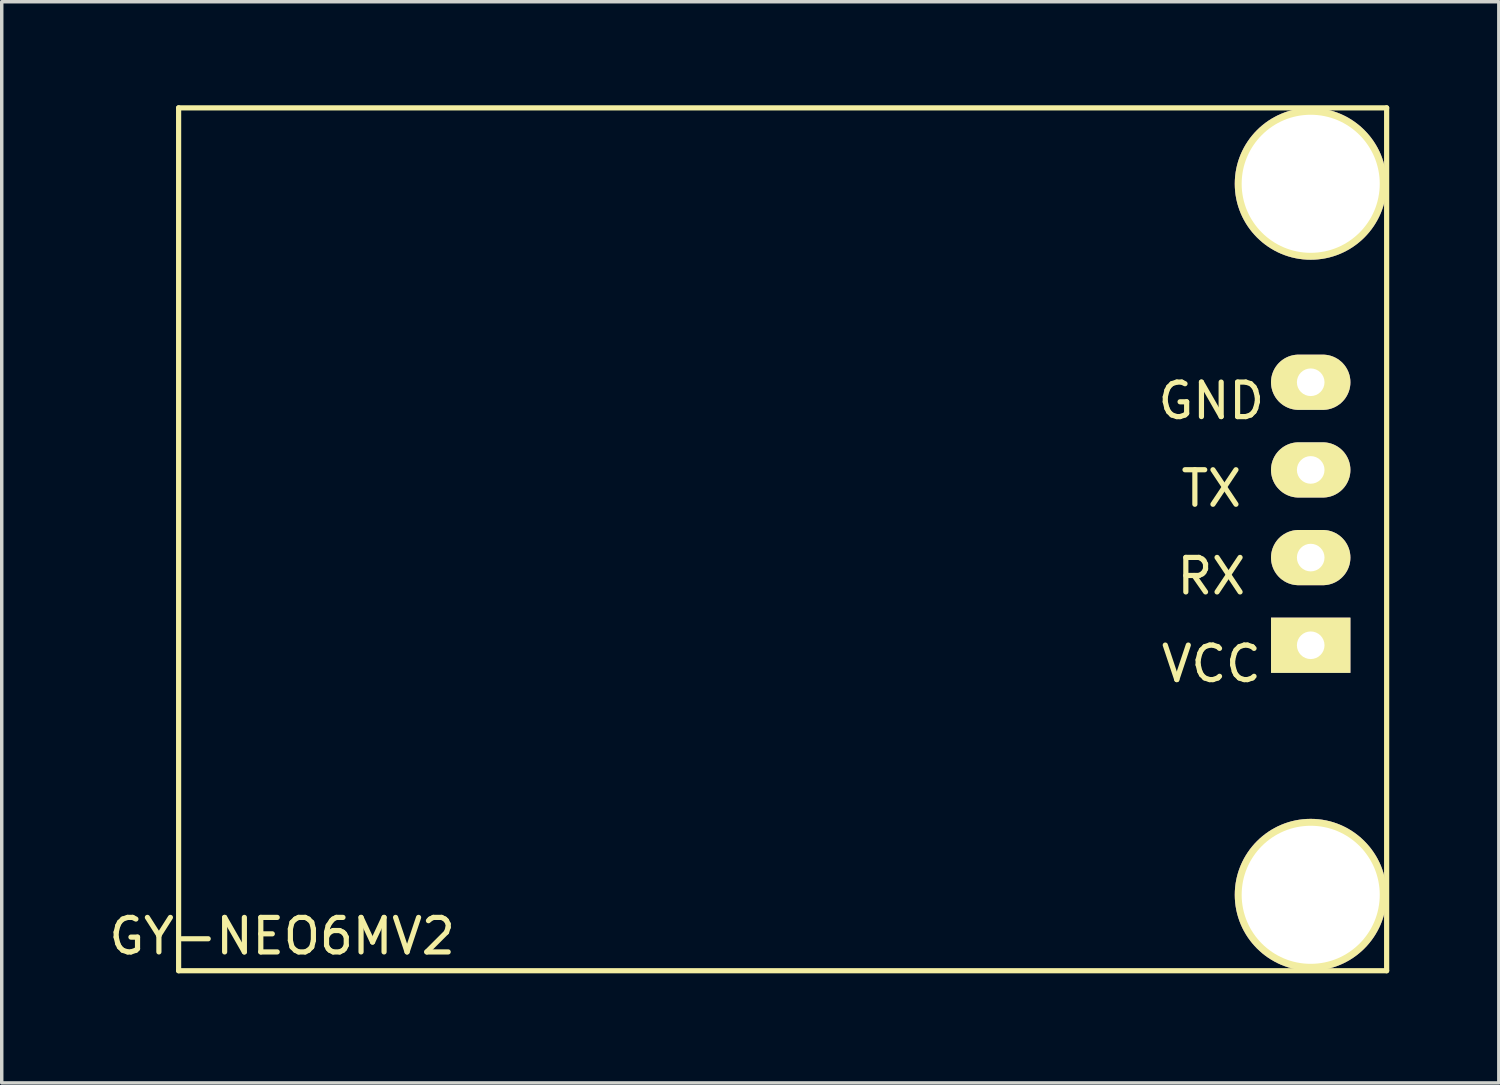
<source format=kicad_pcb>
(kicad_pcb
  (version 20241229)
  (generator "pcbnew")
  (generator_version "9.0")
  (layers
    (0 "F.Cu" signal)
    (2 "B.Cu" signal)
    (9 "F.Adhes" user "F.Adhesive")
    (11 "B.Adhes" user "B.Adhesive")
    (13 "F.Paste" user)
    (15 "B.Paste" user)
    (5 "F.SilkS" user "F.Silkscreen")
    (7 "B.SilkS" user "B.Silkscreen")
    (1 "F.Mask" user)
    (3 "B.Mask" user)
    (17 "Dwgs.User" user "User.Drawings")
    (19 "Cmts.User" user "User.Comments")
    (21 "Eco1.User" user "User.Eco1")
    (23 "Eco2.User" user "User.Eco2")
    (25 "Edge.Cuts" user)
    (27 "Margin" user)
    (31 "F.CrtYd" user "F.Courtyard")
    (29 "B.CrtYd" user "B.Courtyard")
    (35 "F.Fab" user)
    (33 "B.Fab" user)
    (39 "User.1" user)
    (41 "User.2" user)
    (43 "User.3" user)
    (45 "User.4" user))
  (footprint "GY-NEO6MV2"
    (layer "F.Cu")
    (at 37.125 25.075)
    (property "Reference" "GY-NEO6MV2" (at -32 -1 0) (layer "F.SilkS") (effects (font (size 1 1) (thickness 0.15))))
    (attr through_hole)
    (fp_line (start -35 -25) (end -35 0) (stroke (width 0.15) (type solid)) (layer "F.SilkS"))
    (fp_line (start -35 0) (end 0 0) (stroke (width 0.15) (type solid)) (layer "F.SilkS"))
    (fp_line (start 0 -25) (end -35 -25) (stroke (width 0.15) (type solid)) (layer "F.SilkS"))
    (fp_line (start 0 0) (end 0 -25) (stroke (width 0.15) (type solid)) (layer "F.SilkS"))
    (fp_text user "RX" (at -5.08 -11.43 0) (layer "F.SilkS") (effects (font (size 1 1) (thickness 0.15))))
    (fp_text user "GND" (at -5.08 -16.51 0) (layer "F.SilkS") (effects (font (size 1 1) (thickness 0.15))))
    (fp_text user "VCC" (at -5.08 -8.89 0) (layer "F.SilkS") (effects (font (size 1 1) (thickness 0.15))))
    (fp_text user "TX" (at -5.08 -13.97 0) (layer "F.SilkS") (effects (font (size 1 1) (thickness 0.15))))
    (pad "" np_thru_hole circle (at -2.2 -22.8) (size 4.4 4.4) (drill 4) (layers "*.Cu" "*.Mask" "F.SilkS"))
    (pad "" np_thru_hole circle (at -2.2 -2.2) (size 4.4 4.4) (drill 4) (layers "*.Cu" "*.Mask" "F.SilkS"))
    (pad "1" thru_hole rect (at -2.2 -9.43) (size 2.3 1.6) (drill 0.8) (layers "*.Cu" "*.Mask" "F.SilkS"))
    (pad "2" thru_hole oval (at -2.2 -11.97) (size 2.3 1.6) (drill 0.8) (layers "*.Cu" "*.Mask" "F.SilkS"))
    (pad "3" thru_hole oval (at -2.2 -14.51) (size 2.3 1.6) (drill 0.8) (layers "*.Cu" "*.Mask" "F.SilkS"))
    (pad "4" thru_hole oval (at -2.2 -17.05) (size 2.3 1.6) (drill 0.8) (layers "*.Cu" "*.Mask" "F.SilkS")))
  (gr_rect
    (start -3 -3)
    (end 40.375 28.325)
    (stroke (width 0.1) (type default))
    (fill no)
    (layer "Edge.Cuts")))
</source>
